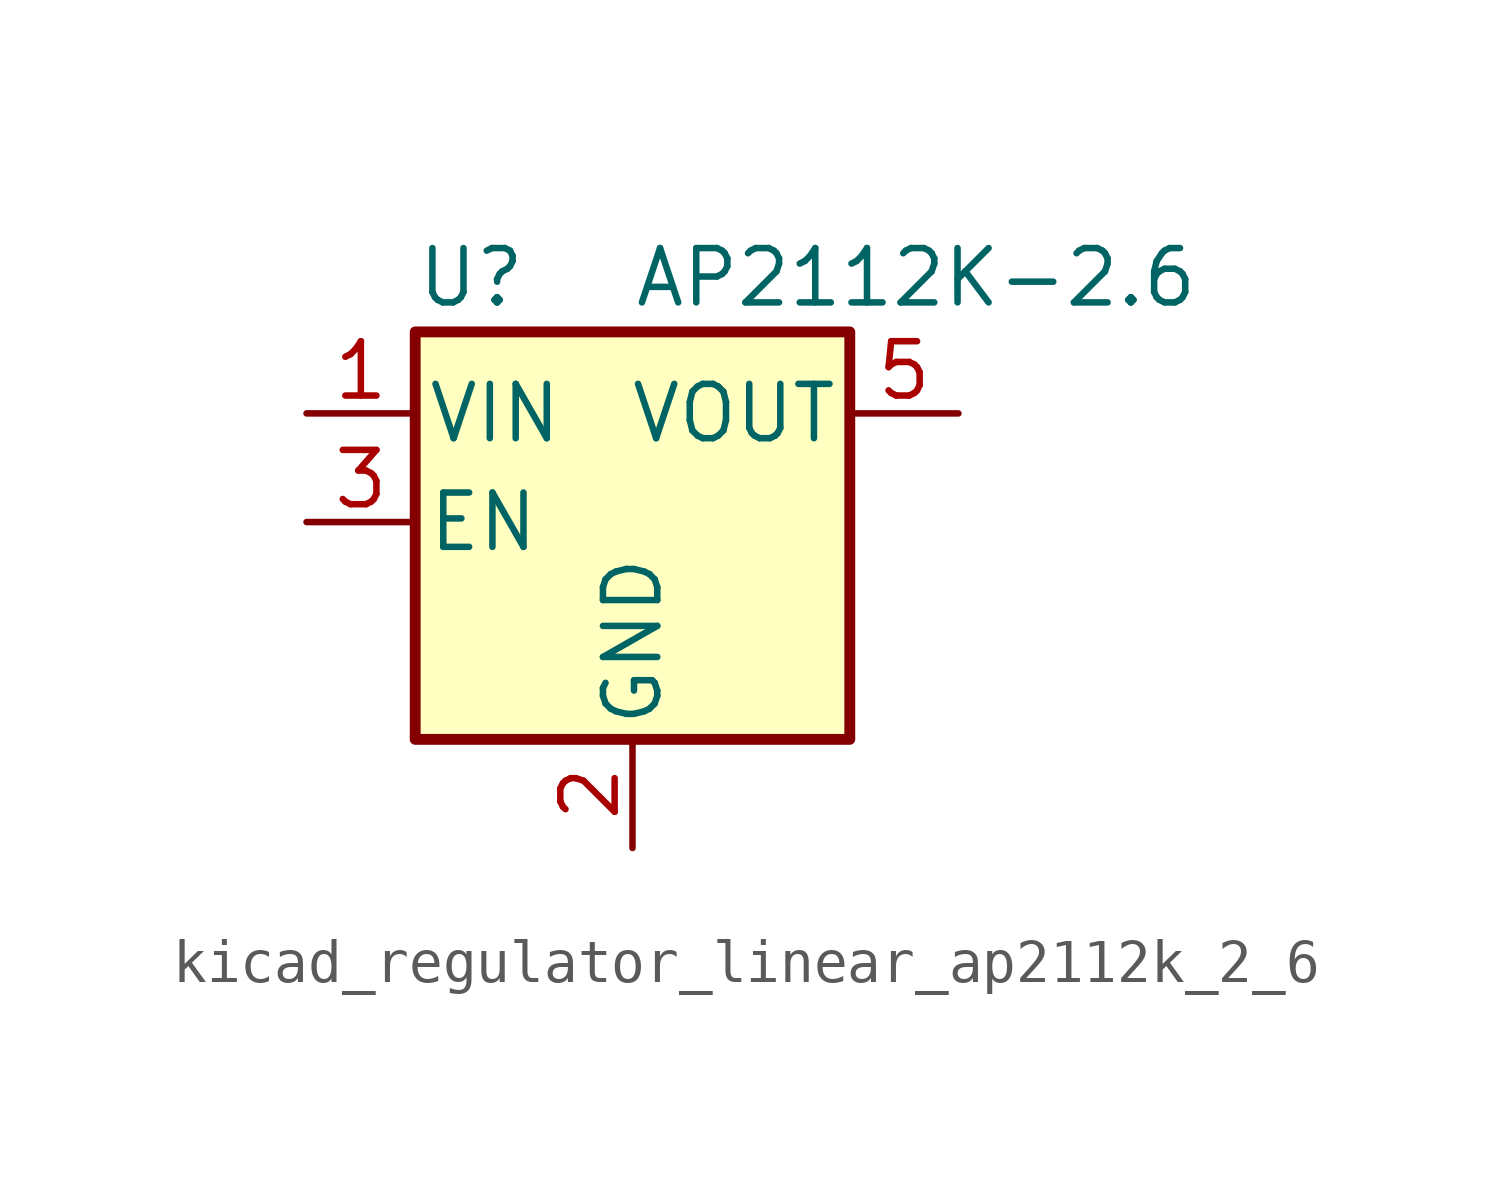
<source format=kicad_sym>
(kicad_symbol_lib
  (version 20220914)
  (generator kicad_symbol_editor)
  (symbol "kicad_regulator_linear_ap2112k_2_6"
    (pin_names
      (offset 0.254))
    (property "Reference" "U"
      (at -5.08 5.715 0)
      (effects (font (size 1.27 1.27)) (justify left)))
    (property "Value" "AP2112K-2.6"
      (at 0 5.715 0)
      (effects (font (size 1.27 1.27)) (justify left)))
    (symbol "kicad_regulator_linear_ap2112k_2_6_0_1"
      (rectangle (start -5.08 4.445) (end 5.08 -5.08) (stroke (width 0.254) (type default)) (fill (type background))))
    (symbol "kicad_regulator_linear_ap2112k_2_6_1_1"
      (pin power_in line (at -7.62 2.54 0) (length 2.54) (name "VIN" (effects (font (size 1.27 1.27)))) (number "1" (effects (font (size 1.27 1.27)))))
      (pin power_in line (at 0 -7.62 90) (length 2.54) (name "GND" (effects (font (size 1.27 1.27)))) (number "2" (effects (font (size 1.27 1.27)))))
      (pin input line (at -7.62 0 0) (length 2.54) (name "EN" (effects (font (size 1.27 1.27)))) (number "3" (effects (font (size 1.27 1.27)))))
      (pin no_connect line (at 5.08 0 180) (length 2.54) hide (name "NC" (effects (font (size 1.27 1.27)))) (number "4" (effects (font (size 1.27 1.27)))))
      (pin power_out line (at 7.62 2.54 180) (length 2.54) (name "VOUT" (effects (font (size 1.27 1.27)))) (number "5" (effects (font (size 1.27 1.27))))))))
</source>
